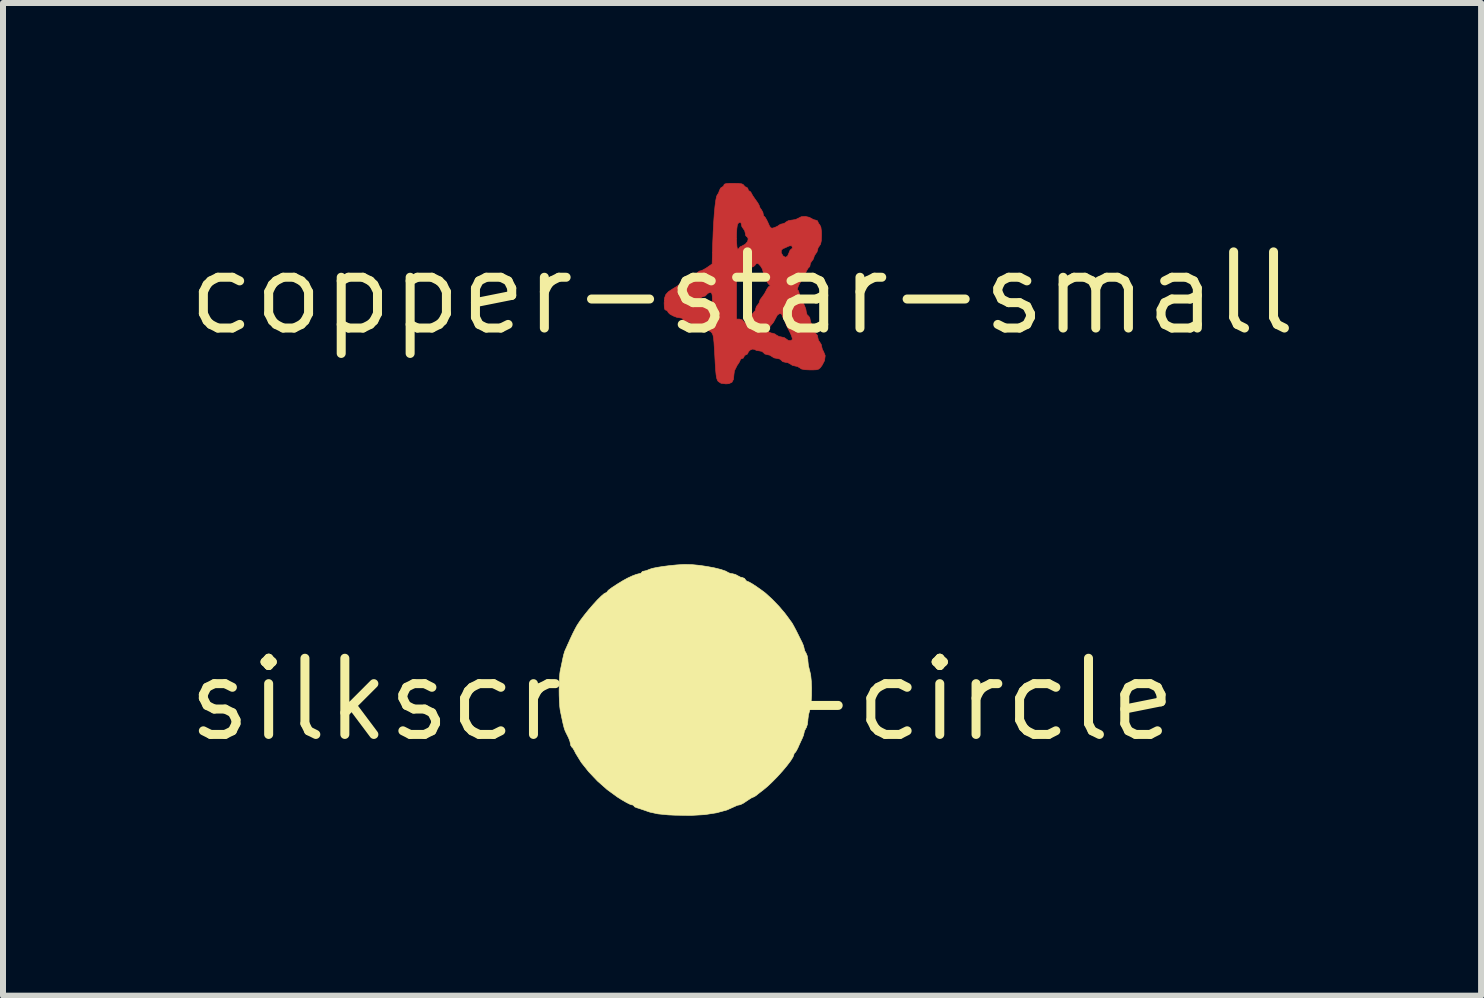
<source format=kicad_pcb>
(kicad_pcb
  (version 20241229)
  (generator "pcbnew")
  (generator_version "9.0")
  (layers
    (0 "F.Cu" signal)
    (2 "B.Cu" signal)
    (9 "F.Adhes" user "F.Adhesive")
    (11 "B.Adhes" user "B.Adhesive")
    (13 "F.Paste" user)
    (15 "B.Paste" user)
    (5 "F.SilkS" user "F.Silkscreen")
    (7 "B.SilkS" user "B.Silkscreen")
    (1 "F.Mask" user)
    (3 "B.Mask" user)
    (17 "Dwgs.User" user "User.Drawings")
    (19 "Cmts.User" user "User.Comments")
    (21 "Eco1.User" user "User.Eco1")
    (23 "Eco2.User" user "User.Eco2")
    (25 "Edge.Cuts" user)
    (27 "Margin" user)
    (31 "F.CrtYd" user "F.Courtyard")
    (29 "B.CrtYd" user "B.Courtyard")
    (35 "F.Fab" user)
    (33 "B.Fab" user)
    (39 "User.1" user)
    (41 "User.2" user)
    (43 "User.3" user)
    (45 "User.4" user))
  (footprint "silkscreen-circle"
    (layer "F.Cu")
    (at 8.323 8.614)
    (property "Reference" "silkscreen-circle" (at 0 0 0) (layer "F.SilkS") (effects (font (size 1.27 1.27) (thickness 0.15))))
    (attr through_hole)
    (fp_poly (pts (xy 0.165 -2.251) (xy 0.289 -2.239) (xy 0.416 -2.22) (xy 0.538 -2.197) (xy 0.643 -2.171) (xy 0.725 -2.143) (xy 0.771 -2.117) (xy 0.807 -2.103) (xy 0.836 -2.1) (xy 0.888 -2.087) (xy 0.921 -2.069) (xy 0.969 -2.043) (xy 1 -2.037) (xy 1.039 -2.021) (xy 1.05 -2.004) (xy 1.074 -1.976) (xy 1.086 -1.973) (xy 1.115 -1.961) (xy 1.168 -1.931) (xy 1.234 -1.888) (xy 1.304 -1.839) (xy 1.368 -1.792) (xy 1.393 -1.772) (xy 1.501 -1.673) (xy 1.611 -1.559) (xy 1.709 -1.444) (xy 1.757 -1.38) (xy 1.792 -1.332) (xy 1.815 -1.3) (xy 1.82 -1.295) (xy 1.836 -1.27) (xy 1.866 -1.216) (xy 1.903 -1.146) (xy 1.934 -1.084) (xy 1.962 -1.027) (xy 1.994 -0.963) (xy 1.996 -0.96) (xy 2.02 -0.904) (xy 2.032 -0.859) (xy 2.032 -0.854) (xy 2.045 -0.81) (xy 2.064 -0.778) (xy 2.084 -0.73) (xy 2.095 -0.665) (xy 2.095 -0.651) (xy 2.103 -0.572) (xy 2.123 -0.49) (xy 2.126 -0.48) (xy 2.142 -0.41) (xy 2.152 -0.31) (xy 2.157 -0.193) (xy 2.156 -0.072) (xy 2.149 0.04) (xy 2.137 0.132) (xy 2.126 0.176) (xy 2.105 0.254) (xy 2.095 0.336) (xy 2.095 0.346) (xy 2.087 0.412) (xy 2.069 0.466) (xy 2.064 0.473) (xy 2.039 0.52) (xy 2.032 0.55) (xy 2.022 0.594) (xy 2.001 0.645) (xy 1.974 0.703) (xy 1.941 0.775) (xy 1.933 0.795) (xy 1.906 0.848) (xy 1.885 0.88) (xy 1.878 0.885) (xy 1.864 0.902) (xy 1.862 0.916) (xy 1.847 0.956) (xy 1.808 1.019) (xy 1.748 1.098) (xy 1.674 1.187) (xy 1.592 1.278) (xy 1.507 1.365) (xy 1.425 1.443) (xy 1.358 1.499) (xy 1.301 1.543) (xy 1.25 1.583) (xy 1.244 1.589) (xy 1.205 1.616) (xy 1.181 1.626) (xy 1.155 1.637) (xy 1.108 1.667) (xy 1.075 1.689) (xy 1.02 1.726) (xy 0.974 1.749) (xy 0.959 1.753) (xy 0.916 1.762) (xy 0.893 1.773) (xy 0.746 1.839) (xy 0.574 1.886) (xy 0.374 1.917) (xy 0.143 1.93) (xy -0.122 1.926) (xy -0.234 1.921) (xy -0.405 1.904) (xy -0.542 1.874) (xy -0.583 1.86) (xy -0.658 1.834) (xy -0.723 1.812) (xy -0.757 1.802) (xy -0.795 1.786) (xy -0.805 1.771) (xy -0.823 1.756) (xy -0.843 1.753) (xy -0.875 1.742) (xy -0.934 1.712) (xy -1.01 1.668) (xy -1.081 1.623) (xy -1.25 1.5) (xy -1.412 1.357) (xy -1.558 1.203) (xy -1.683 1.046) (xy -1.777 0.893) (xy -1.798 0.85) (xy -1.823 0.808) (xy -1.841 0.79) (xy -1.86 0.76) (xy -1.863 0.737) (xy -1.873 0.692) (xy -1.895 0.635) (xy -1.899 0.627) (xy -1.928 0.569) (xy -1.951 0.522) (xy -1.952 0.519) (xy -1.967 0.477) (xy -1.984 0.411) (xy -1.993 0.371) (xy -2.011 0.287) (xy -2.028 0.205) (xy -2.034 0.176) (xy -2.041 0.12) (xy -2.047 0.034) (xy -2.051 -0.068) (xy -2.052 -0.152) (xy -2.05 -0.259) (xy -2.046 -0.359) (xy -2.04 -0.439) (xy -2.034 -0.48) (xy -2.018 -0.554) (xy -2 -0.64) (xy -1.993 -0.675) (xy -1.977 -0.746) (xy -1.96 -0.803) (xy -1.952 -0.823) (xy -1.931 -0.868) (xy -1.905 -0.928) (xy -1.901 -0.935) (xy -1.863 -1.021) (xy -1.821 -1.11) (xy -1.781 -1.188) (xy -1.751 -1.242) (xy -1.7 -1.319) (xy -1.635 -1.405) (xy -1.562 -1.496) (xy -1.486 -1.584) (xy -1.414 -1.663) (xy -1.35 -1.726) (xy -1.301 -1.768) (xy -1.272 -1.782) (xy -1.251 -1.796) (xy -1.25 -1.801) (xy -1.231 -1.824) (xy -1.175 -1.866) (xy -1.082 -1.927) (xy -0.985 -1.986) (xy -0.912 -2.026) (xy -0.835 -2.062) (xy -0.767 -2.088) (xy -0.72 -2.1) (xy -0.718 -2.1) (xy -0.685 -2.109) (xy -0.678 -2.121) (xy -0.661 -2.139) (xy -0.641 -2.142) (xy -0.596 -2.152) (xy -0.543 -2.174) (xy -0.497 -2.189) (xy -0.419 -2.205) (xy -0.319 -2.221) (xy -0.208 -2.235) (xy -0.096 -2.246) (xy 0.007 -2.253) (xy 0.052 -2.254) (xy 0.165 -2.251)) (stroke (width 0.01) (type solid)) (fill yes) (layer "F.SilkS")))
  (footprint "copper-star-small"
    (layer "F.Cu")
    (at 9.321 1.839)
    (property "Reference" "copper-star-small" (at 0 0 0) (layer "F.SilkS") (effects (font (size 1.27 1.27) (thickness 0.15))))
    (attr through_hole)
    (fp_poly (pts (xy -0.058 -1.831) (xy -0.005 -1.824) (xy 0.022 -1.81) (xy 0.027 -1.802) (xy 0.053 -1.774) (xy 0.068 -1.77) (xy 0.094 -1.753) (xy 0.098 -1.738) (xy 0.109 -1.71) (xy 0.12 -1.706) (xy 0.144 -1.689) (xy 0.155 -1.669) (xy 0.176 -1.63) (xy 0.212 -1.577) (xy 0.228 -1.555) (xy 0.264 -1.504) (xy 0.286 -1.464) (xy 0.288 -1.453) (xy 0.302 -1.419) (xy 0.32 -1.397) (xy 0.346 -1.352) (xy 0.352 -1.324) (xy 0.359 -1.29) (xy 0.369 -1.283) (xy 0.386 -1.265) (xy 0.412 -1.22) (xy 0.432 -1.178) (xy 0.459 -1.118) (xy 0.481 -1.09) (xy 0.505 -1.085) (xy 0.542 -1.096) (xy 0.59 -1.117) (xy 0.617 -1.137) (xy 0.618 -1.137) (xy 0.646 -1.153) (xy 0.668 -1.156) (xy 0.713 -1.171) (xy 0.733 -1.188) (xy 0.771 -1.21) (xy 0.828 -1.22) (xy 0.832 -1.22) (xy 0.891 -1.229) (xy 0.935 -1.25) (xy 0.937 -1.251) (xy 0.987 -1.276) (xy 1.055 -1.281) (xy 1.121 -1.266) (xy 1.147 -1.252) (xy 1.194 -1.227) (xy 1.225 -1.22) (xy 1.256 -1.209) (xy 1.262 -1.197) (xy 1.275 -1.165) (xy 1.294 -1.143) (xy 1.314 -1.102) (xy 1.324 -1.027) (xy 1.325 -0.967) (xy 1.321 -0.875) (xy 1.309 -0.819) (xy 1.294 -0.796) (xy 1.266 -0.755) (xy 1.262 -0.732) (xy 1.248 -0.686) (xy 1.23 -0.662) (xy 1.204 -0.622) (xy 1.198 -0.599) (xy 1.183 -0.561) (xy 1.167 -0.542) (xy 1.139 -0.501) (xy 1.135 -0.476) (xy 1.128 -0.443) (xy 1.119 -0.436) (xy 1.102 -0.419) (xy 1.075 -0.373) (xy 1.051 -0.325) (xy 1.021 -0.263) (xy 0.997 -0.219) (xy 0.987 -0.204) (xy 0.965 -0.173) (xy 0.942 -0.129) (xy 0.926 -0.086) (xy 0.921 -0.059) (xy 0.924 -0.056) (xy 0.943 -0.039) (xy 0.944 -0.032) (xy 0.953 0.004) (xy 0.977 0.067) (xy 1.011 0.143) (xy 1.041 0.206) (xy 1.063 0.265) (xy 1.071 0.314) (xy 1.084 0.358) (xy 1.103 0.375) (xy 1.128 0.404) (xy 1.135 0.439) (xy 1.147 0.489) (xy 1.167 0.516) (xy 1.19 0.556) (xy 1.198 0.601) (xy 1.209 0.649) (xy 1.23 0.672) (xy 1.255 0.7) (xy 1.262 0.735) (xy 1.274 0.786) (xy 1.294 0.812) (xy 1.32 0.854) (xy 1.326 0.884) (xy 1.339 0.937) (xy 1.358 0.97) (xy 1.386 1.04) (xy 1.375 1.123) (xy 1.335 1.199) (xy 1.305 1.241) (xy 1.277 1.264) (xy 1.24 1.275) (xy 1.178 1.278) (xy 1.137 1.278) (xy 1.045 1.274) (xy 0.989 1.262) (xy 0.966 1.246) (xy 0.924 1.221) (xy 0.89 1.214) (xy 0.837 1.201) (xy 0.81 1.183) (xy 0.765 1.158) (xy 0.723 1.151) (xy 0.677 1.14) (xy 0.656 1.119) (xy 0.627 1.096) (xy 0.585 1.087) (xy 0.532 1.077) (xy 0.5 1.056) (xy 0.459 1.031) (xy 0.422 1.024) (xy 0.378 1.012) (xy 0.359 0.992) (xy 0.331 0.969) (xy 0.29 0.961) (xy 0.239 0.953) (xy 0.21 0.938) (xy 0.177 0.93) (xy 0.136 0.946) (xy 0.105 0.976) (xy 0.098 0.997) (xy 0.081 1.021) (xy 0.066 1.024) (xy 0.038 1.041) (xy 0.034 1.056) (xy 0.017 1.084) (xy 0.002 1.087) (xy -0.026 1.1) (xy -0.029 1.11) (xy -0.041 1.14) (xy -0.071 1.187) (xy -0.082 1.202) (xy -0.127 1.292) (xy -0.135 1.35) (xy -0.143 1.434) (xy -0.169 1.484) (xy -0.22 1.507) (xy -0.27 1.511) (xy -0.35 1.501) (xy -0.398 1.47) (xy -0.412 1.448) (xy -0.424 1.413) (xy -0.433 1.358) (xy -0.441 1.278) (xy -0.448 1.166) (xy -0.454 1.055) (xy -0.462 0.921) (xy -0.468 0.822) (xy -0.475 0.752) (xy -0.483 0.705) (xy -0.494 0.675) (xy -0.508 0.655) (xy -0.521 0.642) (xy -0.573 0.612) (xy -0.597 0.606) (xy 0.435 0.606) (xy 0.443 0.644) (xy 0.486 0.663) (xy 0.501 0.664) (xy 0.547 0.678) (xy 0.571 0.696) (xy 0.617 0.721) (xy 0.654 0.728) (xy 0.706 0.74) (xy 0.733 0.759) (xy 0.769 0.785) (xy 0.809 0.79) (xy 0.835 0.774) (xy 0.839 0.761) (xy 0.829 0.723) (xy 0.807 0.669) (xy 0.803 0.661) (xy 0.77 0.595) (xy 0.74 0.536) (xy 0.74 0.534) (xy 0.719 0.482) (xy 0.712 0.444) (xy 0.701 0.414) (xy 0.69 0.41) (xy 0.673 0.393) (xy 0.669 0.37) (xy 0.656 0.343) (xy 0.625 0.34) (xy 0.592 0.36) (xy 0.576 0.386) (xy 0.524 0.483) (xy 0.463 0.557) (xy 0.435 0.606) (xy -0.597 0.606) (xy -0.617 0.601) (xy -0.66 0.588) (xy -0.678 0.569) (xy -0.706 0.545) (xy -0.75 0.537) (xy -0.806 0.526) (xy -0.841 0.505) (xy -0.886 0.481) (xy -0.927 0.474) (xy -0.971 0.463) (xy -0.982 0.442) (xy -1 0.416) (xy -1.034 0.41) (xy -1.088 0.401) (xy -1.148 0.378) (xy -1.201 0.349) (xy -1.232 0.32) (xy -1.235 0.31) (xy -1.253 0.286) (xy -1.268 0.283) (xy -1.286 0.273) (xy -1.296 0.238) (xy -1.299 0.169) (xy -1.299 0.161) (xy -1.296 0.122) (xy -0.727 0.122) (xy -0.719 0.147) (xy -0.714 0.152) (xy -0.671 0.174) (xy -0.647 0.177) (xy -0.599 0.193) (xy -0.58 0.209) (xy -0.541 0.242) (xy -0.514 0.235) (xy -0.499 0.187) (xy -0.495 0.114) (xy -0.497 0.043) (xy -0.504 0.004) (xy -0.519 -0.011) (xy -0.535 -0.013) (xy -0.575 0.002) (xy -0.587 0.019) (xy -0.616 0.047) (xy -0.632 0.05) (xy -0.671 0.064) (xy -0.703 0.089) (xy -0.727 0.122) (xy -1.296 0.122) (xy -1.293 0.08) (xy -1.271 0.021) (xy -1.226 -0.028) (xy -1.149 -0.078) (xy -1.13 -0.089) (xy -1.078 -0.121) (xy -1.043 -0.151) (xy -1.039 -0.156) (xy -1.006 -0.178) (xy -0.981 -0.182) (xy -0.947 -0.192) (xy -0.939 -0.204) (xy -0.922 -0.228) (xy -0.892 -0.246) (xy -0.812 -0.288) (xy -0.788 -0.306) (xy -0.093 -0.306) (xy -0.093 0.431) (xy -0.042 0.431) (xy 0.002 0.443) (xy 0.021 0.463) (xy 0.046 0.493) (xy 0.08 0.485) (xy 0.119 0.441) (xy 0.142 0.4) (xy 0.173 0.345) (xy 0.198 0.311) (xy 0.207 0.304) (xy 0.222 0.287) (xy 0.225 0.265) (xy 0.24 0.218) (xy 0.256 0.199) (xy 0.283 0.163) (xy 0.288 0.145) (xy 0.301 0.106) (xy 0.315 0.088) (xy 0.373 0.008) (xy 0.415 -0.071) (xy 0.44 -0.108) (xy 0.462 -0.12) (xy 0.47 -0.128) (xy 0.452 -0.142) (xy 0.421 -0.179) (xy 0.415 -0.206) (xy 0.401 -0.257) (xy 0.383 -0.281) (xy 0.357 -0.328) (xy 0.351 -0.359) (xy 0.338 -0.405) (xy 0.308 -0.454) (xy 0.273 -0.491) (xy 0.25 -0.5) (xy 0.225 -0.483) (xy 0.217 -0.468) (xy 0.188 -0.442) (xy 0.161 -0.436) (xy 0.12 -0.423) (xy 0.105 -0.405) (xy 0.079 -0.377) (xy 0.064 -0.373) (xy 0.037 -0.362) (xy 0.034 -0.354) (xy 0.016 -0.336) (xy -0.028 -0.32) (xy -0.029 -0.32) (xy -0.093 -0.306) (xy -0.788 -0.306) (xy -0.756 -0.33) (xy -0.743 -0.347) (xy -0.709 -0.371) (xy -0.695 -0.373) (xy -0.661 -0.385) (xy -0.608 -0.414) (xy -0.582 -0.431) (xy -0.499 -0.489) (xy -0.494 -0.674) (xy 0.653 -0.674) (xy 0.683 -0.623) (xy 0.722 -0.6) (xy 0.756 -0.617) (xy 0.782 -0.673) (xy 0.784 -0.681) (xy 0.801 -0.72) (xy 0.818 -0.733) (xy 0.836 -0.75) (xy 0.839 -0.765) (xy 0.825 -0.793) (xy 0.785 -0.789) (xy 0.759 -0.777) (xy 0.707 -0.753) (xy 0.685 -0.746) (xy 0.654 -0.718) (xy 0.653 -0.674) (xy -0.494 -0.674) (xy -0.489 -0.849) (xy -0.486 -0.91) (xy -0.093 -0.91) (xy -0.09 -0.833) (xy -0.085 -0.772) (xy -0.076 -0.737) (xy -0.072 -0.733) (xy -0.051 -0.748) (xy -0.05 -0.753) (xy -0.033 -0.774) (xy -0.006 -0.786) (xy 0.053 -0.818) (xy 0.092 -0.863) (xy 0.102 -0.908) (xy 0.086 -0.939) (xy 0.075 -0.945) (xy 0.06 -0.963) (xy 0.055 -0.995) (xy 0.043 -1.045) (xy 0.024 -1.071) (xy -0.004 -1.112) (xy -0.008 -1.135) (xy -0.019 -1.176) (xy -0.044 -1.184) (xy -0.069 -1.161) (xy -0.08 -1.131) (xy -0.088 -1.07) (xy -0.092 -0.993) (xy -0.093 -0.91) (xy -0.486 -0.91) (xy -0.482 -1.024) (xy -0.473 -1.187) (xy -0.463 -1.333) (xy -0.451 -1.456) (xy -0.438 -1.552) (xy -0.425 -1.616) (xy -0.413 -1.641) (xy -0.393 -1.67) (xy -0.378 -1.712) (xy -0.358 -1.754) (xy -0.334 -1.77) (xy -0.308 -1.787) (xy -0.304 -1.802) (xy -0.296 -1.818) (xy -0.266 -1.828) (xy -0.207 -1.833) (xy -0.145 -1.833) (xy -0.058 -1.831)) (stroke (width 0.01) (type solid)) (fill yes) (layer "F.Cu"))
    (fp_poly (pts (xy -0.058 -1.831) (xy -0.005 -1.824) (xy 0.022 -1.81) (xy 0.027 -1.802) (xy 0.053 -1.774) (xy 0.068 -1.77) (xy 0.094 -1.753) (xy 0.098 -1.738) (xy 0.109 -1.71) (xy 0.12 -1.706) (xy 0.144 -1.689) (xy 0.155 -1.669) (xy 0.176 -1.63) (xy 0.212 -1.577) (xy 0.228 -1.555) (xy 0.264 -1.504) (xy 0.286 -1.464) (xy 0.288 -1.453) (xy 0.302 -1.419) (xy 0.32 -1.397) (xy 0.346 -1.352) (xy 0.352 -1.324) (xy 0.359 -1.29) (xy 0.369 -1.283) (xy 0.386 -1.265) (xy 0.412 -1.22) (xy 0.432 -1.178) (xy 0.459 -1.118) (xy 0.481 -1.09) (xy 0.505 -1.085) (xy 0.542 -1.096) (xy 0.59 -1.117) (xy 0.617 -1.137) (xy 0.618 -1.137) (xy 0.646 -1.153) (xy 0.668 -1.156) (xy 0.713 -1.171) (xy 0.733 -1.188) (xy 0.771 -1.21) (xy 0.828 -1.22) (xy 0.832 -1.22) (xy 0.891 -1.229) (xy 0.935 -1.25) (xy 0.937 -1.251) (xy 0.987 -1.276) (xy 1.055 -1.281) (xy 1.121 -1.266) (xy 1.147 -1.252) (xy 1.194 -1.227) (xy 1.225 -1.22) (xy 1.256 -1.209) (xy 1.262 -1.197) (xy 1.275 -1.165) (xy 1.294 -1.143) (xy 1.314 -1.102) (xy 1.324 -1.027) (xy 1.325 -0.967) (xy 1.321 -0.875) (xy 1.309 -0.819) (xy 1.294 -0.796) (xy 1.266 -0.755) (xy 1.262 -0.732) (xy 1.248 -0.686) (xy 1.23 -0.662) (xy 1.204 -0.622) (xy 1.198 -0.599) (xy 1.183 -0.561) (xy 1.167 -0.542) (xy 1.139 -0.501) (xy 1.135 -0.476) (xy 1.128 -0.443) (xy 1.119 -0.436) (xy 1.102 -0.419) (xy 1.075 -0.373) (xy 1.051 -0.325) (xy 1.021 -0.263) (xy 0.997 -0.219) (xy 0.987 -0.204) (xy 0.965 -0.173) (xy 0.942 -0.129) (xy 0.926 -0.086) (xy 0.921 -0.059) (xy 0.924 -0.056) (xy 0.943 -0.039) (xy 0.944 -0.032) (xy 0.953 0.004) (xy 0.977 0.067) (xy 1.011 0.143) (xy 1.041 0.206) (xy 1.063 0.265) (xy 1.071 0.314) (xy 1.084 0.358) (xy 1.103 0.375) (xy 1.128 0.404) (xy 1.135 0.439) (xy 1.147 0.489) (xy 1.167 0.516) (xy 1.19 0.556) (xy 1.198 0.601) (xy 1.209 0.649) (xy 1.23 0.672) (xy 1.255 0.7) (xy 1.262 0.735) (xy 1.274 0.786) (xy 1.294 0.812) (xy 1.32 0.854) (xy 1.326 0.884) (xy 1.339 0.937) (xy 1.358 0.97) (xy 1.386 1.04) (xy 1.375 1.123) (xy 1.335 1.199) (xy 1.305 1.241) (xy 1.277 1.264) (xy 1.24 1.275) (xy 1.178 1.278) (xy 1.137 1.278) (xy 1.045 1.274) (xy 0.989 1.262) (xy 0.966 1.246) (xy 0.924 1.221) (xy 0.89 1.214) (xy 0.837 1.201) (xy 0.81 1.183) (xy 0.765 1.158) (xy 0.723 1.151) (xy 0.677 1.14) (xy 0.656 1.119) (xy 0.627 1.096) (xy 0.585 1.087) (xy 0.532 1.077) (xy 0.5 1.056) (xy 0.459 1.031) (xy 0.422 1.024) (xy 0.378 1.012) (xy 0.359 0.992) (xy 0.331 0.969) (xy 0.29 0.961) (xy 0.239 0.953) (xy 0.21 0.938) (xy 0.177 0.93) (xy 0.136 0.946) (xy 0.105 0.976) (xy 0.098 0.997) (xy 0.081 1.021) (xy 0.066 1.024) (xy 0.038 1.041) (xy 0.034 1.056) (xy 0.017 1.084) (xy 0.002 1.087) (xy -0.026 1.1) (xy -0.029 1.11) (xy -0.041 1.14) (xy -0.071 1.187) (xy -0.082 1.202) (xy -0.127 1.292) (xy -0.135 1.35) (xy -0.143 1.434) (xy -0.169 1.484) (xy -0.22 1.507) (xy -0.27 1.511) (xy -0.35 1.501) (xy -0.398 1.47) (xy -0.412 1.448) (xy -0.424 1.413) (xy -0.433 1.358) (xy -0.441 1.278) (xy -0.448 1.166) (xy -0.454 1.055) (xy -0.462 0.921) (xy -0.468 0.822) (xy -0.475 0.752) (xy -0.483 0.705) (xy -0.494 0.675) (xy -0.508 0.655) (xy -0.521 0.642) (xy -0.573 0.612) (xy -0.597 0.606) (xy 0.435 0.606) (xy 0.443 0.644) (xy 0.486 0.663) (xy 0.501 0.664) (xy 0.547 0.678) (xy 0.571 0.696) (xy 0.617 0.721) (xy 0.654 0.728) (xy 0.706 0.74) (xy 0.733 0.759) (xy 0.769 0.785) (xy 0.809 0.79) (xy 0.835 0.774) (xy 0.839 0.761) (xy 0.829 0.723) (xy 0.807 0.669) (xy 0.803 0.661) (xy 0.77 0.595) (xy 0.74 0.536) (xy 0.74 0.534) (xy 0.719 0.482) (xy 0.712 0.444) (xy 0.701 0.414) (xy 0.69 0.41) (xy 0.673 0.393) (xy 0.669 0.37) (xy 0.656 0.343) (xy 0.625 0.34) (xy 0.592 0.36) (xy 0.576 0.386) (xy 0.524 0.483) (xy 0.463 0.557) (xy 0.435 0.606) (xy -0.597 0.606) (xy -0.617 0.601) (xy -0.66 0.588) (xy -0.678 0.569) (xy -0.706 0.545) (xy -0.75 0.537) (xy -0.806 0.526) (xy -0.841 0.505) (xy -0.886 0.481) (xy -0.927 0.474) (xy -0.971 0.463) (xy -0.982 0.442) (xy -1 0.416) (xy -1.034 0.41) (xy -1.088 0.401) (xy -1.148 0.378) (xy -1.201 0.349) (xy -1.232 0.32) (xy -1.235 0.31) (xy -1.253 0.286) (xy -1.268 0.283) (xy -1.286 0.273) (xy -1.296 0.238) (xy -1.299 0.169) (xy -1.299 0.161) (xy -1.296 0.122) (xy -0.727 0.122) (xy -0.719 0.147) (xy -0.714 0.152) (xy -0.671 0.174) (xy -0.647 0.177) (xy -0.599 0.193) (xy -0.58 0.209) (xy -0.541 0.242) (xy -0.514 0.235) (xy -0.499 0.187) (xy -0.495 0.114) (xy -0.497 0.043) (xy -0.504 0.004) (xy -0.519 -0.011) (xy -0.535 -0.013) (xy -0.575 0.002) (xy -0.587 0.019) (xy -0.616 0.047) (xy -0.632 0.05) (xy -0.671 0.064) (xy -0.703 0.089) (xy -0.727 0.122) (xy -1.296 0.122) (xy -1.293 0.08) (xy -1.271 0.021) (xy -1.226 -0.028) (xy -1.149 -0.078) (xy -1.13 -0.089) (xy -1.078 -0.121) (xy -1.043 -0.151) (xy -1.039 -0.156) (xy -1.006 -0.178) (xy -0.981 -0.182) (xy -0.947 -0.192) (xy -0.939 -0.204) (xy -0.922 -0.228) (xy -0.892 -0.246) (xy -0.812 -0.288) (xy -0.788 -0.306) (xy -0.093 -0.306) (xy -0.093 0.431) (xy -0.042 0.431) (xy 0.002 0.443) (xy 0.021 0.463) (xy 0.046 0.493) (xy 0.08 0.485) (xy 0.119 0.441) (xy 0.142 0.4) (xy 0.173 0.345) (xy 0.198 0.311) (xy 0.207 0.304) (xy 0.222 0.287) (xy 0.225 0.265) (xy 0.24 0.218) (xy 0.256 0.199) (xy 0.283 0.163) (xy 0.288 0.145) (xy 0.301 0.106) (xy 0.315 0.088) (xy 0.373 0.008) (xy 0.415 -0.071) (xy 0.44 -0.108) (xy 0.462 -0.12) (xy 0.47 -0.128) (xy 0.452 -0.142) (xy 0.421 -0.179) (xy 0.415 -0.206) (xy 0.401 -0.257) (xy 0.383 -0.281) (xy 0.357 -0.328) (xy 0.351 -0.359) (xy 0.338 -0.405) (xy 0.308 -0.454) (xy 0.273 -0.491) (xy 0.25 -0.5) (xy 0.225 -0.483) (xy 0.217 -0.468) (xy 0.188 -0.442) (xy 0.161 -0.436) (xy 0.12 -0.423) (xy 0.105 -0.405) (xy 0.079 -0.377) (xy 0.064 -0.373) (xy 0.037 -0.362) (xy 0.034 -0.354) (xy 0.016 -0.336) (xy -0.028 -0.32) (xy -0.029 -0.32) (xy -0.093 -0.306) (xy -0.788 -0.306) (xy -0.756 -0.33) (xy -0.743 -0.347) (xy -0.709 -0.371) (xy -0.695 -0.373) (xy -0.661 -0.385) (xy -0.608 -0.414) (xy -0.582 -0.431) (xy -0.499 -0.489) (xy -0.494 -0.674) (xy 0.653 -0.674) (xy 0.683 -0.623) (xy 0.722 -0.6) (xy 0.756 -0.617) (xy 0.782 -0.673) (xy 0.784 -0.681) (xy 0.801 -0.72) (xy 0.818 -0.733) (xy 0.836 -0.75) (xy 0.839 -0.765) (xy 0.825 -0.793) (xy 0.785 -0.789) (xy 0.759 -0.777) (xy 0.707 -0.753) (xy 0.685 -0.746) (xy 0.654 -0.718) (xy 0.653 -0.674) (xy -0.494 -0.674) (xy -0.489 -0.849) (xy -0.486 -0.91) (xy -0.093 -0.91) (xy -0.09 -0.833) (xy -0.085 -0.772) (xy -0.076 -0.737) (xy -0.072 -0.733) (xy -0.051 -0.748) (xy -0.05 -0.753) (xy -0.033 -0.774) (xy -0.006 -0.786) (xy 0.053 -0.818) (xy 0.092 -0.863) (xy 0.102 -0.908) (xy 0.086 -0.939) (xy 0.075 -0.945) (xy 0.06 -0.963) (xy 0.055 -0.995) (xy 0.043 -1.045) (xy 0.024 -1.071) (xy -0.004 -1.112) (xy -0.008 -1.135) (xy -0.019 -1.176) (xy -0.044 -1.184) (xy -0.069 -1.161) (xy -0.08 -1.131) (xy -0.088 -1.07) (xy -0.092 -0.993) (xy -0.093 -0.91) (xy -0.486 -0.91) (xy -0.482 -1.024) (xy -0.473 -1.187) (xy -0.463 -1.333) (xy -0.451 -1.456) (xy -0.438 -1.552) (xy -0.425 -1.616) (xy -0.413 -1.641) (xy -0.393 -1.67) (xy -0.378 -1.712) (xy -0.358 -1.754) (xy -0.334 -1.77) (xy -0.308 -1.787) (xy -0.304 -1.802) (xy -0.296 -1.818) (xy -0.266 -1.828) (xy -0.207 -1.833) (xy -0.145 -1.833) (xy -0.058 -1.831)) (stroke (width 0.01) (type solid)) (fill yes) (layer "F.Mask")))
  (gr_rect
    (start -3 -3)
    (end 21.641 13.549)
    (stroke (width 0.1) (type default))
    (fill no)
    (layer "Edge.Cuts")))
</source>
